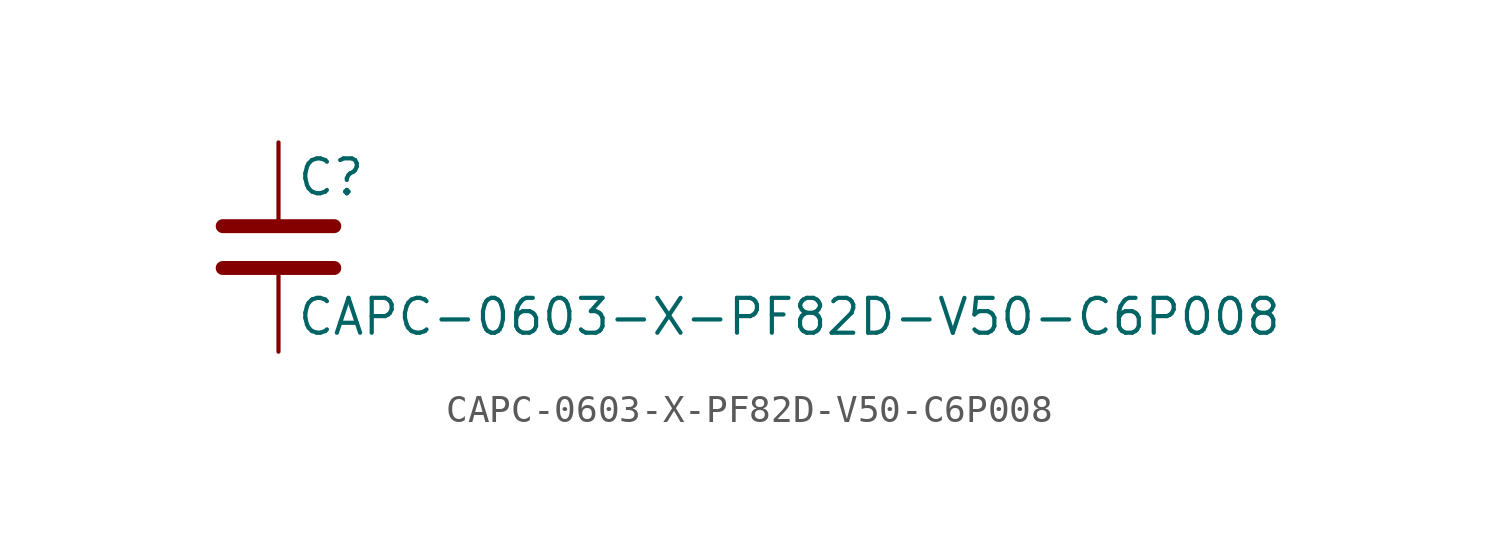
<source format=kicad_sym>
(kicad_symbol_lib
  (version 20211014)
  (generator kicad_symbol_editor)
  (symbol "CAPC-0603-X-PF82D-V50-C6P008"
    (pin_numbers hide)
    (pin_names
      (offset 0.254))
    (property "Reference" "C"
      (at 0.635 2.54 0)
      (effects (font (size 1.27 1.27)) (justify left)))
    (property "Value" "CAPC-0603-X-PF82D-V50-C6P008"
      (at 0.635 -2.54 0)
      (effects (font (size 1.27 1.27)) (justify left)))
    (symbol "CAPC-0603-X-PF82D-V50-C6P008_0_1"
      (polyline (pts (xy -2.032 -0.762) (xy 2.032 -0.762)) (stroke (width 0.508) (type default) (color 0 0 0 0)) (fill (type none)))
      (polyline (pts (xy -2.032 0.762) (xy 2.032 0.762)) (stroke (width 0.508) (type default) (color 0 0 0 0)) (fill (type none))))
    (symbol "CAPC-0603-X-PF82D-V50-C6P008_1_1"
      (pin passive line (at 0 3.81 270) (length 2.794) (name "~" (effects (font (size 1.27 1.27)))) (number "1" (effects (font (size 1.27 1.27)))))
      (pin passive line (at 0 -3.81 90) (length 2.794) (name "~" (effects (font (size 1.27 1.27)))) (number "2" (effects (font (size 1.27 1.27))))))))
</source>
